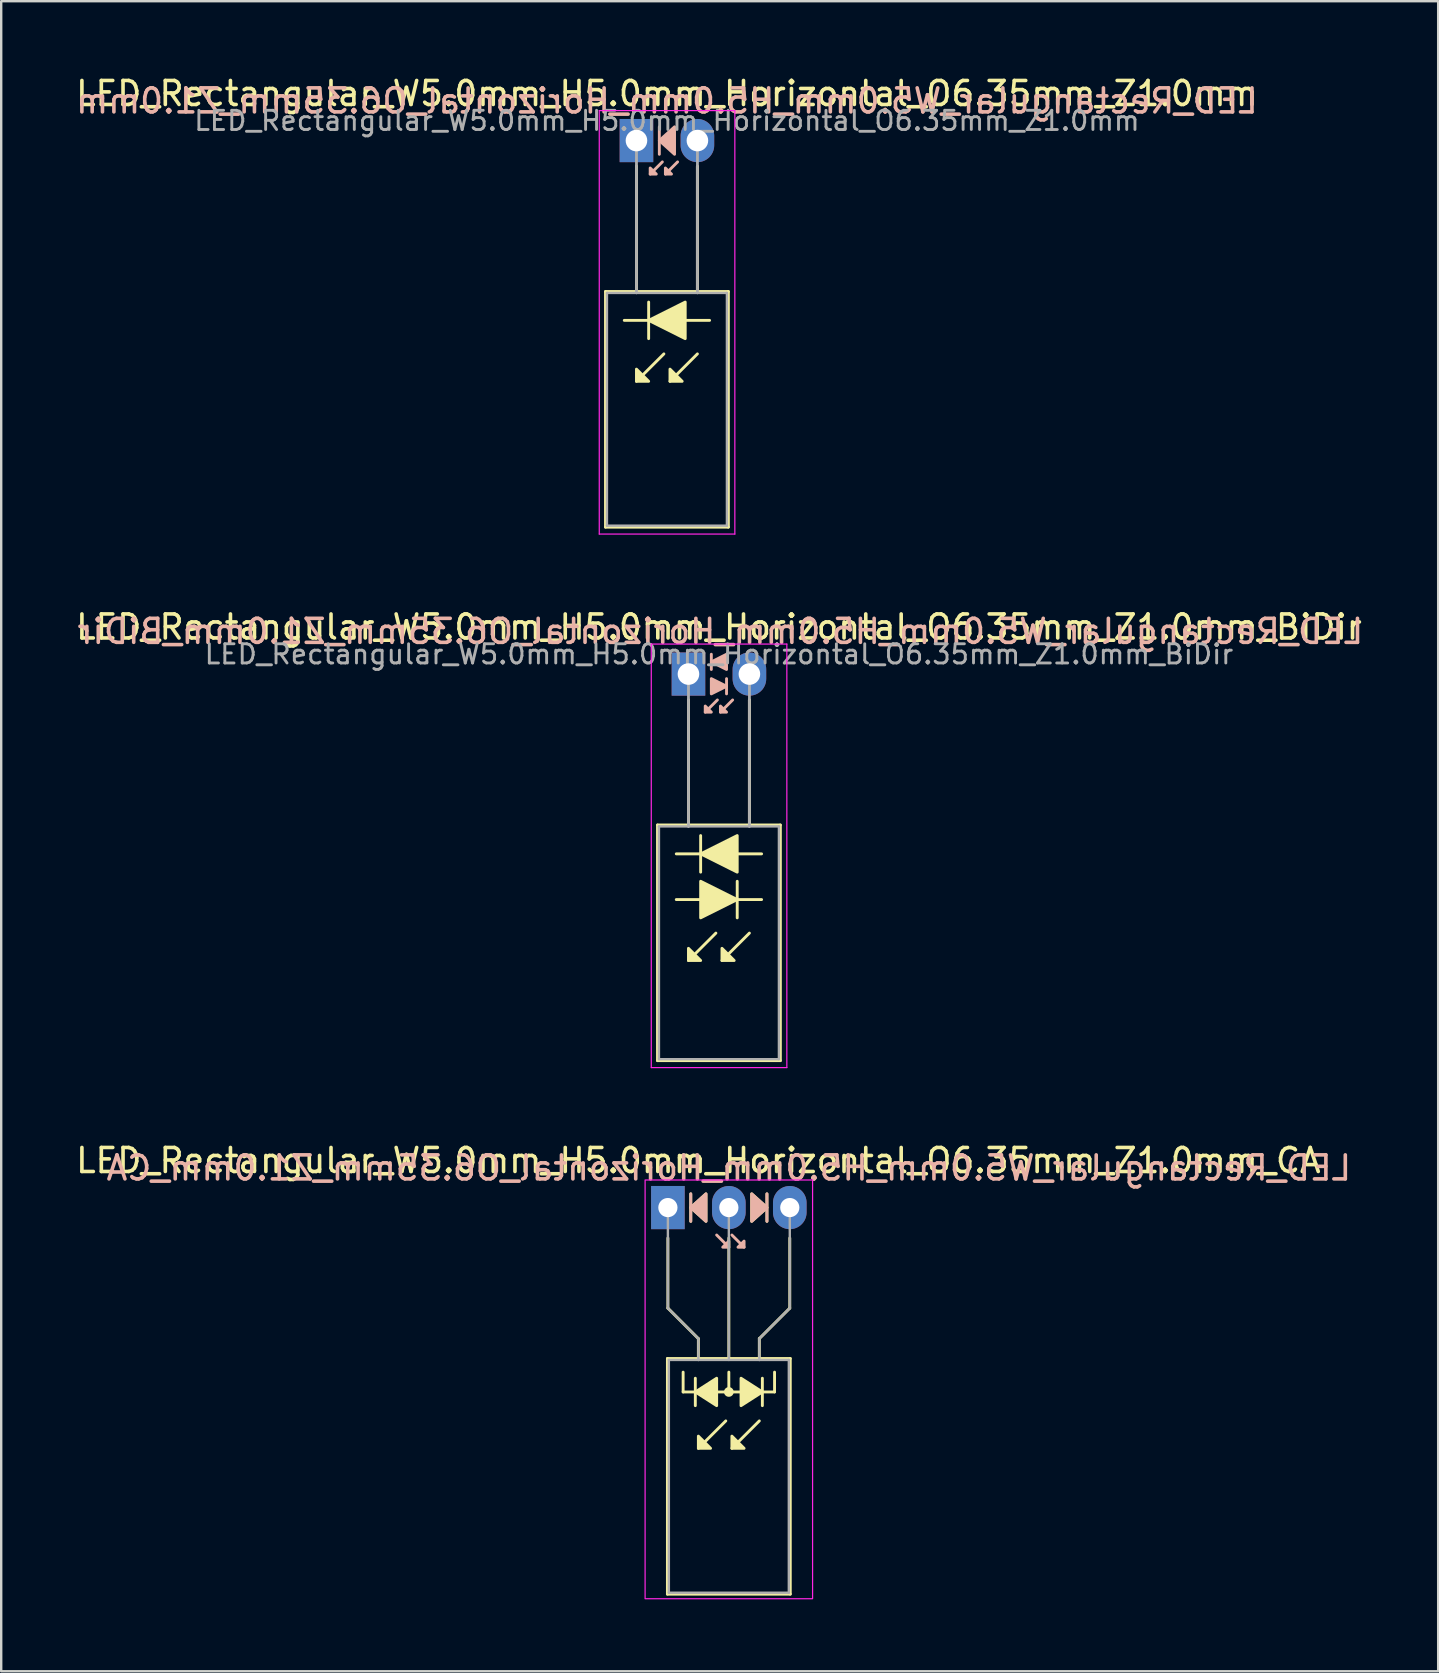
<source format=kicad_pcb>
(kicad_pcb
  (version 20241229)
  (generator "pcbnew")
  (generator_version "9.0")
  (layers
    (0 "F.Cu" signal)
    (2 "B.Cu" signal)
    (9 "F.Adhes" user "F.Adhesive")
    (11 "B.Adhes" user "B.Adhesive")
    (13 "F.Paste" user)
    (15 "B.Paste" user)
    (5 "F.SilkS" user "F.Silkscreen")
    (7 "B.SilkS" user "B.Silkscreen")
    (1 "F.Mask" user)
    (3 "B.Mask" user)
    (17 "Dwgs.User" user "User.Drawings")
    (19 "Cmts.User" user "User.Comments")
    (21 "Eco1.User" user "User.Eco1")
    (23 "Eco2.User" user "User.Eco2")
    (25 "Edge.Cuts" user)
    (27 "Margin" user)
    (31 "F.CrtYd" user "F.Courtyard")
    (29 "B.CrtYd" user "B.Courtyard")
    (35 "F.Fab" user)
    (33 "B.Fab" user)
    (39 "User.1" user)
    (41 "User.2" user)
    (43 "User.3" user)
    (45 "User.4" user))
  (footprint "LED_Rectangular_W5.0mm_H5.0mm_Horizontal_O6.35mm_Z1.0mm_CA"
    (layer "F.Cu")
    (at 24.784 47.275)
    (property "Reference" "LED_Rectangular_W5.0mm_H5.0mm_Horizontal_O6.35mm_Z1.0mm_CA" (at 1.27 -1.96 0) (layer "F.SilkS") (effects (font (size 1 1) (thickness 0.15))))
    (fp_line (start -0.02 6.29) (end -0.02 16.11) (stroke (width 0.12) (type solid)) (layer "F.SilkS"))
    (fp_line (start -0.02 16.11) (end 5.1 16.11) (stroke (width 0.12) (type solid)) (layer "F.SilkS"))
    (fp_line (start 0 1.27) (end 0 4.191) (stroke (width 0.12) (type default)) (layer "F.SilkS"))
    (fp_line (start 0 4.191) (end 1.27 5.461) (stroke (width 0.12) (type default)) (layer "F.SilkS"))
    (fp_line (start 0.635 7.684) (end 0.635 6.858) (stroke (width 0.12) (type default)) (layer "F.SilkS"))
    (fp_line (start 0.635 7.684) (end 4.445 7.684) (stroke (width 0.12) (type default)) (layer "F.SilkS"))
    (fp_line (start 0.953 -0.572) (end 0.953 0.572) (stroke (width 0.12) (type solid)) (layer "F.SilkS"))
    (fp_line (start 1.143 7.112) (end 1.143 8.255) (stroke (width 0.12) (type solid)) (layer "F.SilkS"))
    (fp_line (start 1.27 5.461) (end 1.27 6.29) (stroke (width 0.12) (type default)) (layer "F.SilkS"))
    (fp_line (start 1.27 6.29) (end 1.27 6.29) (stroke (width 0.12) (type solid)) (layer "F.SilkS"))
    (fp_line (start 2.413 8.89) (end 1.27 10.033) (stroke (width 0.12) (type solid)) (layer "F.SilkS"))
    (fp_line (start 2.54 6.29) (end 2.54 1.27) (stroke (width 0.12) (type default)) (layer "F.SilkS"))
    (fp_line (start 2.54 7.684) (end 2.54 6.858) (stroke (width 0.12) (type default)) (layer "F.SilkS"))
    (fp_line (start 3.81 5.461) (end 3.81 6.29) (stroke (width 0.12) (type default)) (layer "F.SilkS"))
    (fp_line (start 3.81 6.29) (end 3.81 6.29) (stroke (width 0.12) (type solid)) (layer "F.SilkS"))
    (fp_line (start 3.81 8.89) (end 2.667 10.033) (stroke (width 0.12) (type solid)) (layer "F.SilkS"))
    (fp_line (start 3.937 8.255) (end 3.937 7.112) (stroke (width 0.12) (type solid)) (layer "F.SilkS"))
    (fp_line (start 4.128 0.572) (end 4.128 -0.572) (stroke (width 0.12) (type solid)) (layer "F.SilkS"))
    (fp_line (start 4.445 7.684) (end 4.445 6.858) (stroke (width 0.12) (type default)) (layer "F.SilkS"))
    (fp_line (start 5.08 1.27) (end 5.08 4.191) (stroke (width 0.12) (type default)) (layer "F.SilkS"))
    (fp_line (start 5.08 4.191) (end 3.81 5.461) (stroke (width 0.12) (type default)) (layer "F.SilkS"))
    (fp_line (start 5.1 6.29) (end -0.02 6.29) (stroke (width 0.12) (type solid)) (layer "F.SilkS"))
    (fp_line (start 5.1 16.11) (end 5.1 6.29) (stroke (width 0.12) (type solid)) (layer "F.SilkS"))
    (fp_circle (center 2.54 7.684) (end 2.682 7.684) (stroke (width 0.12) (type solid)) (fill yes) (layer "F.SilkS"))
    (fp_poly (pts (xy 1.27 9.525) (xy 1.778 10.033) (xy 1.27 10.033)) (stroke (width 0.12) (type solid)) (fill yes) (layer "F.SilkS"))
    (fp_poly (pts (xy 1.587 0.572) (xy 0.953 0) (xy 1.587 -0.572)) (stroke (width 0.12) (type solid)) (fill yes) (layer "F.SilkS"))
    (fp_poly (pts (xy 2.032 8.255) (xy 1.143 7.684) (xy 2.032 7.112)) (stroke (width 0.12) (type solid)) (fill yes) (layer "F.SilkS"))
    (fp_poly (pts (xy 2.667 9.525) (xy 3.175 10.033) (xy 2.667 10.033)) (stroke (width 0.12) (type solid)) (fill yes) (layer "F.SilkS"))
    (fp_poly (pts (xy 3.048 7.112) (xy 3.937 7.684) (xy 3.048 8.255)) (stroke (width 0.12) (type solid)) (fill yes) (layer "F.SilkS"))
    (fp_poly (pts (xy 3.493 -0.572) (xy 4.128 0) (xy 3.493 0.572)) (stroke (width 0.12) (type solid)) (fill yes) (layer "F.SilkS"))
    (fp_line (start 0.953 -0.572) (end 0.953 0.572) (stroke (width 0.12) (type solid)) (layer "B.SilkS"))
    (fp_line (start 2.54 1.651) (end 2.032 1.143) (stroke (width 0.12) (type solid)) (layer "B.SilkS"))
    (fp_line (start 3.175 1.651) (end 2.667 1.143) (stroke (width 0.12) (type solid)) (layer "B.SilkS"))
    (fp_line (start 4.128 0.572) (end 4.128 -0.572) (stroke (width 0.12) (type solid)) (layer "B.SilkS"))
    (fp_poly (pts (xy 1.587 0.572) (xy 0.953 0) (xy 1.587 -0.572)) (stroke (width 0.12) (type solid)) (fill yes) (layer "B.SilkS"))
    (fp_poly (pts (xy 2.54 1.397) (xy 2.286 1.651) (xy 2.54 1.651)) (stroke (width 0.12) (type solid)) (fill yes) (layer "B.SilkS"))
    (fp_poly (pts (xy 3.175 1.397) (xy 2.921 1.651) (xy 3.175 1.651)) (stroke (width 0.12) (type solid)) (fill yes) (layer "B.SilkS"))
    (fp_poly (pts (xy 3.493 0.572) (xy 4.128 0) (xy 3.493 -0.572)) (stroke (width 0.12) (type solid)) (fill yes) (layer "B.SilkS"))
    (fp_rect (start -0.95 -1.15) (end 6.03 16.3) (stroke (width 0.05) (type default)) (fill no) (layer "F.CrtYd"))
    (fp_line (start 0 0) (end 0 0) (stroke (width 0.1) (type solid)) (layer "F.Fab"))
    (fp_line (start 0 4.191) (end 0 0) (stroke (width 0.1) (type default)) (layer "F.Fab"))
    (fp_line (start 0.04 6.35) (end 0.04 16.05) (stroke (width 0.1) (type solid)) (layer "F.Fab"))
    (fp_line (start 0.04 16.05) (end 5.04 16.05) (stroke (width 0.1) (type solid)) (layer "F.Fab"))
    (fp_line (start 1.27 5.461) (end 0 4.191) (stroke (width 0.1) (type default)) (layer "F.Fab"))
    (fp_line (start 1.27 5.461) (end 1.27 6.35) (stroke (width 0.1) (type default)) (layer "F.Fab"))
    (fp_line (start 1.27 6.35) (end 1.27 6.35) (stroke (width 0.1) (type solid)) (layer "F.Fab"))
    (fp_line (start 2.54 0) (end 2.54 0) (stroke (width 0.1) (type solid)) (layer "F.Fab"))
    (fp_line (start 2.54 0) (end 2.54 6.35) (stroke (width 0.1) (type default)) (layer "F.Fab"))
    (fp_line (start 3.81 5.461) (end 3.81 6.35) (stroke (width 0.1) (type default)) (layer "F.Fab"))
    (fp_line (start 3.81 5.461) (end 5.08 4.191) (stroke (width 0.1) (type default)) (layer "F.Fab"))
    (fp_line (start 3.81 6.35) (end 3.81 6.35) (stroke (width 0.1) (type solid)) (layer "F.Fab"))
    (fp_line (start 5.04 6.35) (end 0.04 6.35) (stroke (width 0.1) (type solid)) (layer "F.Fab"))
    (fp_line (start 5.04 16.05) (end 5.04 6.35) (stroke (width 0.1) (type solid)) (layer "F.Fab"))
    (fp_line (start 5.08 4.191) (end 5.08 0) (stroke (width 0.1) (type default)) (layer "F.Fab"))
    (fp_text user "${REFERENCE}" (at 2.54 -1.651 0) (layer "B.SilkS") (effects (font (size 1 1) (thickness 0.15)) (justify mirror)))
    (pad "1" thru_hole rect (at 0 0) (size 1.4 1.8) (drill 0.8) (layers "*.Cu" "*.Mask"))
    (pad "2" thru_hole oval (at 2.54 0) (size 1.4 1.8) (drill 0.8) (layers "*.Cu" "*.Mask"))
    (pad "3" thru_hole oval (at 5.08 0) (size 1.4 1.8) (drill 0.8) (layers "*.Cu" "*.Mask")))
  (footprint "LED_Rectangular_W5.0mm_H5.0mm_Horizontal_O6.35mm_Z1.0mm"
    (layer "F.Cu")
    (at 23.474 2.808)
    (property "Reference" "LED_Rectangular_W5.0mm_H5.0mm_Horizontal_O6.35mm_Z1.0mm" (at 1.27 -1.96 0) (layer "F.SilkS") (effects (font (size 1 1) (thickness 0.15))))
    (fp_line (start -1.29 6.29) (end -1.29 16.11) (stroke (width 0.12) (type solid)) (layer "F.SilkS"))
    (fp_line (start -1.29 16.11) (end 3.83 16.11) (stroke (width 0.12) (type solid)) (layer "F.SilkS"))
    (fp_line (start 0 1.08) (end 0 1.08) (stroke (width 0.12) (type solid)) (layer "F.SilkS"))
    (fp_line (start 0 1.08) (end 0 6.29) (stroke (width 0.12) (type solid)) (layer "F.SilkS"))
    (fp_line (start 0 6.29) (end 0 1.08) (stroke (width 0.12) (type solid)) (layer "F.SilkS"))
    (fp_line (start 0 6.29) (end 0 6.29) (stroke (width 0.12) (type solid)) (layer "F.SilkS"))
    (fp_line (start 0.508 6.731) (end 0.508 8.255) (stroke (width 0.12) (type solid)) (layer "F.SilkS"))
    (fp_line (start 0.508 7.493) (end -0.508 7.493) (stroke (width 0.12) (type solid)) (layer "F.SilkS"))
    (fp_line (start 1.143 8.89) (end 0 10.033) (stroke (width 0.12) (type solid)) (layer "F.SilkS"))
    (fp_line (start 2.54 1.08) (end 2.54 1.08) (stroke (width 0.12) (type solid)) (layer "F.SilkS"))
    (fp_line (start 2.54 1.08) (end 2.54 6.29) (stroke (width 0.12) (type solid)) (layer "F.SilkS"))
    (fp_line (start 2.54 6.29) (end 2.54 1.08) (stroke (width 0.12) (type solid)) (layer "F.SilkS"))
    (fp_line (start 2.54 6.29) (end 2.54 6.29) (stroke (width 0.12) (type solid)) (layer "F.SilkS"))
    (fp_line (start 2.54 8.89) (end 1.397 10.033) (stroke (width 0.12) (type solid)) (layer "F.SilkS"))
    (fp_line (start 3.048 7.493) (end 2.032 7.493) (stroke (width 0.12) (type solid)) (layer "F.SilkS"))
    (fp_line (start 3.83 6.29) (end -1.29 6.29) (stroke (width 0.12) (type solid)) (layer "F.SilkS"))
    (fp_line (start 3.83 16.11) (end 3.83 6.29) (stroke (width 0.12) (type solid)) (layer "F.SilkS"))
    (fp_poly (pts (xy 0 9.525) (xy 0.508 10.033) (xy 0 10.033)) (stroke (width 0.12) (type solid)) (fill yes) (layer "F.SilkS"))
    (fp_poly (pts (xy 1.397 9.525) (xy 1.905 10.033) (xy 1.397 10.033)) (stroke (width 0.12) (type solid)) (fill yes) (layer "F.SilkS"))
    (fp_poly (pts (xy 2.032 8.255) (xy 0.508 7.493) (xy 2.032 6.731)) (stroke (width 0.12) (type solid)) (fill yes) (layer "F.SilkS"))
    (fp_line (start 0.953 -0.572) (end 0.953 0.572) (stroke (width 0.12) (type solid)) (layer "B.SilkS"))
    (fp_line (start 1.079 0.889) (end 0.572 1.397) (stroke (width 0.12) (type solid)) (layer "B.SilkS"))
    (fp_line (start 1.714 0.889) (end 1.206 1.397) (stroke (width 0.12) (type solid)) (layer "B.SilkS"))
    (fp_poly (pts (xy 0.572 1.143) (xy 0.826 1.397) (xy 0.572 1.397)) (stroke (width 0.12) (type solid)) (fill yes) (layer "B.SilkS"))
    (fp_poly (pts (xy 1.206 1.143) (xy 1.46 1.397) (xy 1.206 1.397)) (stroke (width 0.12) (type solid)) (fill yes) (layer "B.SilkS"))
    (fp_poly (pts (xy 1.587 0.572) (xy 0.953 0) (xy 1.587 -0.572)) (stroke (width 0.12) (type solid)) (fill yes) (layer "B.SilkS"))
    (fp_line (start -1.55 -1.25) (end -1.55 16.4) (stroke (width 0.05) (type solid)) (layer "F.CrtYd"))
    (fp_line (start -1.55 16.4) (end 4.1 16.4) (stroke (width 0.05) (type solid)) (layer "F.CrtYd"))
    (fp_line (start 4.1 -1.25) (end -1.55 -1.25) (stroke (width 0.05) (type solid)) (layer "F.CrtYd"))
    (fp_line (start 4.1 16.4) (end 4.1 -1.25) (stroke (width 0.05) (type solid)) (layer "F.CrtYd"))
    (fp_line (start -1.23 6.35) (end -1.23 16.05) (stroke (width 0.1) (type solid)) (layer "F.Fab"))
    (fp_line (start -1.23 16.05) (end 3.77 16.05) (stroke (width 0.1) (type solid)) (layer "F.Fab"))
    (fp_line (start 0 0) (end 0 0) (stroke (width 0.1) (type solid)) (layer "F.Fab"))
    (fp_line (start 0 0) (end 0 6.35) (stroke (width 0.1) (type solid)) (layer "F.Fab"))
    (fp_line (start 0 6.35) (end 0 0) (stroke (width 0.1) (type solid)) (layer "F.Fab"))
    (fp_line (start 0 6.35) (end 0 6.35) (stroke (width 0.1) (type solid)) (layer "F.Fab"))
    (fp_line (start 2.54 0) (end 2.54 0) (stroke (width 0.1) (type solid)) (layer "F.Fab"))
    (fp_line (start 2.54 0) (end 2.54 6.35) (stroke (width 0.1) (type solid)) (layer "F.Fab"))
    (fp_line (start 2.54 6.35) (end 2.54 0) (stroke (width 0.1) (type solid)) (layer "F.Fab"))
    (fp_line (start 2.54 6.35) (end 2.54 6.35) (stroke (width 0.1) (type solid)) (layer "F.Fab"))
    (fp_line (start 3.77 6.35) (end -1.23 6.35) (stroke (width 0.1) (type solid)) (layer "F.Fab"))
    (fp_line (start 3.77 16.05) (end 3.77 6.35) (stroke (width 0.1) (type solid)) (layer "F.Fab"))
    (fp_text user "${REFERENCE}" (at 1.27 -1.651 0) (layer "B.SilkS") (effects (font (size 1 1) (thickness 0.15)) (justify mirror)))
    (fp_text user "${REFERENCE}" (at 1.27 -0.826 0) (layer "F.Fab") (effects (font (size 0.8 0.8) (thickness 0.12))))
    (pad "1" thru_hole rect (at 0 0) (size 1.4 1.8) (drill 0.9) (layers "*.Cu" "*.Mask"))
    (pad "2" thru_hole oval (at 2.54 0) (size 1.4 1.8) (drill 0.9) (layers "*.Cu" "*.Mask")))
  (footprint "LED_Rectangular_W5.0mm_H5.0mm_Horizontal_O6.35mm_Z1.0mm_BiDir"
    (layer "F.Cu")
    (at 25.641 25.041)
    (property "Reference" "LED_Rectangular_W5.0mm_H5.0mm_Horizontal_O6.35mm_Z1.0mm_BiDir" (at 1.27 -1.96 0) (layer "F.SilkS") (effects (font (size 1 1) (thickness 0.15))))
    (fp_line (start -1.29 6.29) (end -1.29 16.11) (stroke (width 0.12) (type solid)) (layer "F.SilkS"))
    (fp_line (start -1.29 16.11) (end 3.83 16.11) (stroke (width 0.12) (type solid)) (layer "F.SilkS"))
    (fp_line (start -0.508 9.398) (end 0.508 9.398) (stroke (width 0.12) (type solid)) (layer "F.SilkS"))
    (fp_line (start 0 1.08) (end 0 1.08) (stroke (width 0.12) (type solid)) (layer "F.SilkS"))
    (fp_line (start 0 1.08) (end 0 6.29) (stroke (width 0.12) (type solid)) (layer "F.SilkS"))
    (fp_line (start 0 6.29) (end 0 1.08) (stroke (width 0.12) (type solid)) (layer "F.SilkS"))
    (fp_line (start 0 6.29) (end 0 6.29) (stroke (width 0.12) (type solid)) (layer "F.SilkS"))
    (fp_line (start 0.508 6.731) (end 0.508 8.255) (stroke (width 0.12) (type solid)) (layer "F.SilkS"))
    (fp_line (start 0.508 7.493) (end -0.508 7.493) (stroke (width 0.12) (type solid)) (layer "F.SilkS"))
    (fp_line (start 1.143 10.795) (end 0 11.938) (stroke (width 0.12) (type solid)) (layer "F.SilkS"))
    (fp_line (start 2.032 9.398) (end 3.048 9.398) (stroke (width 0.12) (type solid)) (layer "F.SilkS"))
    (fp_line (start 2.032 10.16) (end 2.032 8.636) (stroke (width 0.12) (type solid)) (layer "F.SilkS"))
    (fp_line (start 2.54 1.08) (end 2.54 1.08) (stroke (width 0.12) (type solid)) (layer "F.SilkS"))
    (fp_line (start 2.54 1.08) (end 2.54 6.29) (stroke (width 0.12) (type solid)) (layer "F.SilkS"))
    (fp_line (start 2.54 6.29) (end 2.54 1.08) (stroke (width 0.12) (type solid)) (layer "F.SilkS"))
    (fp_line (start 2.54 6.29) (end 2.54 6.29) (stroke (width 0.12) (type solid)) (layer "F.SilkS"))
    (fp_line (start 2.54 10.795) (end 1.397 11.938) (stroke (width 0.12) (type solid)) (layer "F.SilkS"))
    (fp_line (start 3.048 7.493) (end 2.032 7.493) (stroke (width 0.12) (type solid)) (layer "F.SilkS"))
    (fp_line (start 3.83 6.29) (end -1.29 6.29) (stroke (width 0.12) (type solid)) (layer "F.SilkS"))
    (fp_line (start 3.83 16.11) (end 3.83 6.29) (stroke (width 0.12) (type solid)) (layer "F.SilkS"))
    (fp_poly (pts (xy 0 11.43) (xy 0.508 11.938) (xy 0 11.938)) (stroke (width 0.12) (type solid)) (fill yes) (layer "F.SilkS"))
    (fp_poly (pts (xy 0.508 8.636) (xy 2.032 9.398) (xy 0.508 10.16)) (stroke (width 0.12) (type solid)) (fill yes) (layer "F.SilkS"))
    (fp_poly (pts (xy 1.397 11.43) (xy 1.905 11.938) (xy 1.397 11.938)) (stroke (width 0.12) (type solid)) (fill yes) (layer "F.SilkS"))
    (fp_poly (pts (xy 2.032 8.255) (xy 0.508 7.493) (xy 2.032 6.731)) (stroke (width 0.12) (type solid)) (fill yes) (layer "F.SilkS"))
    (fp_line (start 0.953 -0.826) (end 0.953 -0.191) (stroke (width 0.12) (type solid)) (layer "B.SilkS"))
    (fp_line (start 1.206 1.079) (end 0.699 1.587) (stroke (width 0.12) (type solid)) (layer "B.SilkS"))
    (fp_line (start 1.587 0.826) (end 1.587 0.191) (stroke (width 0.12) (type solid)) (layer "B.SilkS"))
    (fp_line (start 1.841 1.079) (end 1.333 1.587) (stroke (width 0.12) (type solid)) (layer "B.SilkS"))
    (fp_poly (pts (xy 0.699 1.333) (xy 0.953 1.587) (xy 0.699 1.587)) (stroke (width 0.12) (type solid)) (fill yes) (layer "B.SilkS"))
    (fp_poly (pts (xy 0.953 0.191) (xy 1.587 0.508) (xy 0.953 0.826)) (stroke (width 0.12) (type solid)) (fill yes) (layer "B.SilkS"))
    (fp_poly (pts (xy 1.333 1.333) (xy 1.587 1.587) (xy 1.333 1.587)) (stroke (width 0.12) (type solid)) (fill yes) (layer "B.SilkS"))
    (fp_poly (pts (xy 1.587 -0.191) (xy 0.953 -0.508) (xy 1.587 -0.826)) (stroke (width 0.12) (type solid)) (fill yes) (layer "B.SilkS"))
    (fp_line (start -1.55 -1.25) (end -1.55 16.4) (stroke (width 0.05) (type solid)) (layer "F.CrtYd"))
    (fp_line (start -1.55 16.4) (end 4.1 16.4) (stroke (width 0.05) (type solid)) (layer "F.CrtYd"))
    (fp_line (start 4.1 -1.25) (end -1.55 -1.25) (stroke (width 0.05) (type solid)) (layer "F.CrtYd"))
    (fp_line (start 4.1 16.4) (end 4.1 -1.25) (stroke (width 0.05) (type solid)) (layer "F.CrtYd"))
    (fp_line (start -1.23 6.35) (end -1.23 16.05) (stroke (width 0.1) (type solid)) (layer "F.Fab"))
    (fp_line (start -1.23 16.05) (end 3.77 16.05) (stroke (width 0.1) (type solid)) (layer "F.Fab"))
    (fp_line (start 0 0) (end 0 0) (stroke (width 0.1) (type solid)) (layer "F.Fab"))
    (fp_line (start 0 0) (end 0 6.35) (stroke (width 0.1) (type solid)) (layer "F.Fab"))
    (fp_line (start 0 6.35) (end 0 0) (stroke (width 0.1) (type solid)) (layer "F.Fab"))
    (fp_line (start 0 6.35) (end 0 6.35) (stroke (width 0.1) (type solid)) (layer "F.Fab"))
    (fp_line (start 2.54 0) (end 2.54 0) (stroke (width 0.1) (type solid)) (layer "F.Fab"))
    (fp_line (start 2.54 0) (end 2.54 6.35) (stroke (width 0.1) (type solid)) (layer "F.Fab"))
    (fp_line (start 2.54 6.35) (end 2.54 0) (stroke (width 0.1) (type solid)) (layer "F.Fab"))
    (fp_line (start 2.54 6.35) (end 2.54 6.35) (stroke (width 0.1) (type solid)) (layer "F.Fab"))
    (fp_line (start 3.77 6.35) (end -1.23 6.35) (stroke (width 0.1) (type solid)) (layer "F.Fab"))
    (fp_line (start 3.77 16.05) (end 3.77 6.35) (stroke (width 0.1) (type solid)) (layer "F.Fab"))
    (fp_text user "${REFERENCE}" (at 1.333 -1.778 0) (layer "B.SilkS") (effects (font (size 1 1) (thickness 0.15)) (justify mirror)))
    (fp_text user "${REFERENCE}" (at 1.27 -0.826 0) (layer "F.Fab") (effects (font (size 0.8 0.8) (thickness 0.12))))
    (pad "1" thru_hole rect (at 0 0) (size 1.4 1.8) (drill 0.9) (layers "*.Cu" "*.Mask"))
    (pad "2" thru_hole oval (at 2.54 0) (size 1.4 1.8) (drill 0.9) (layers "*.Cu" "*.Mask")))
  (gr_rect
    (start -3 -3)
    (end 56.885 66.6)
    (stroke (width 0.1) (type default))
    (fill no)
    (layer "Edge.Cuts")))
</source>
